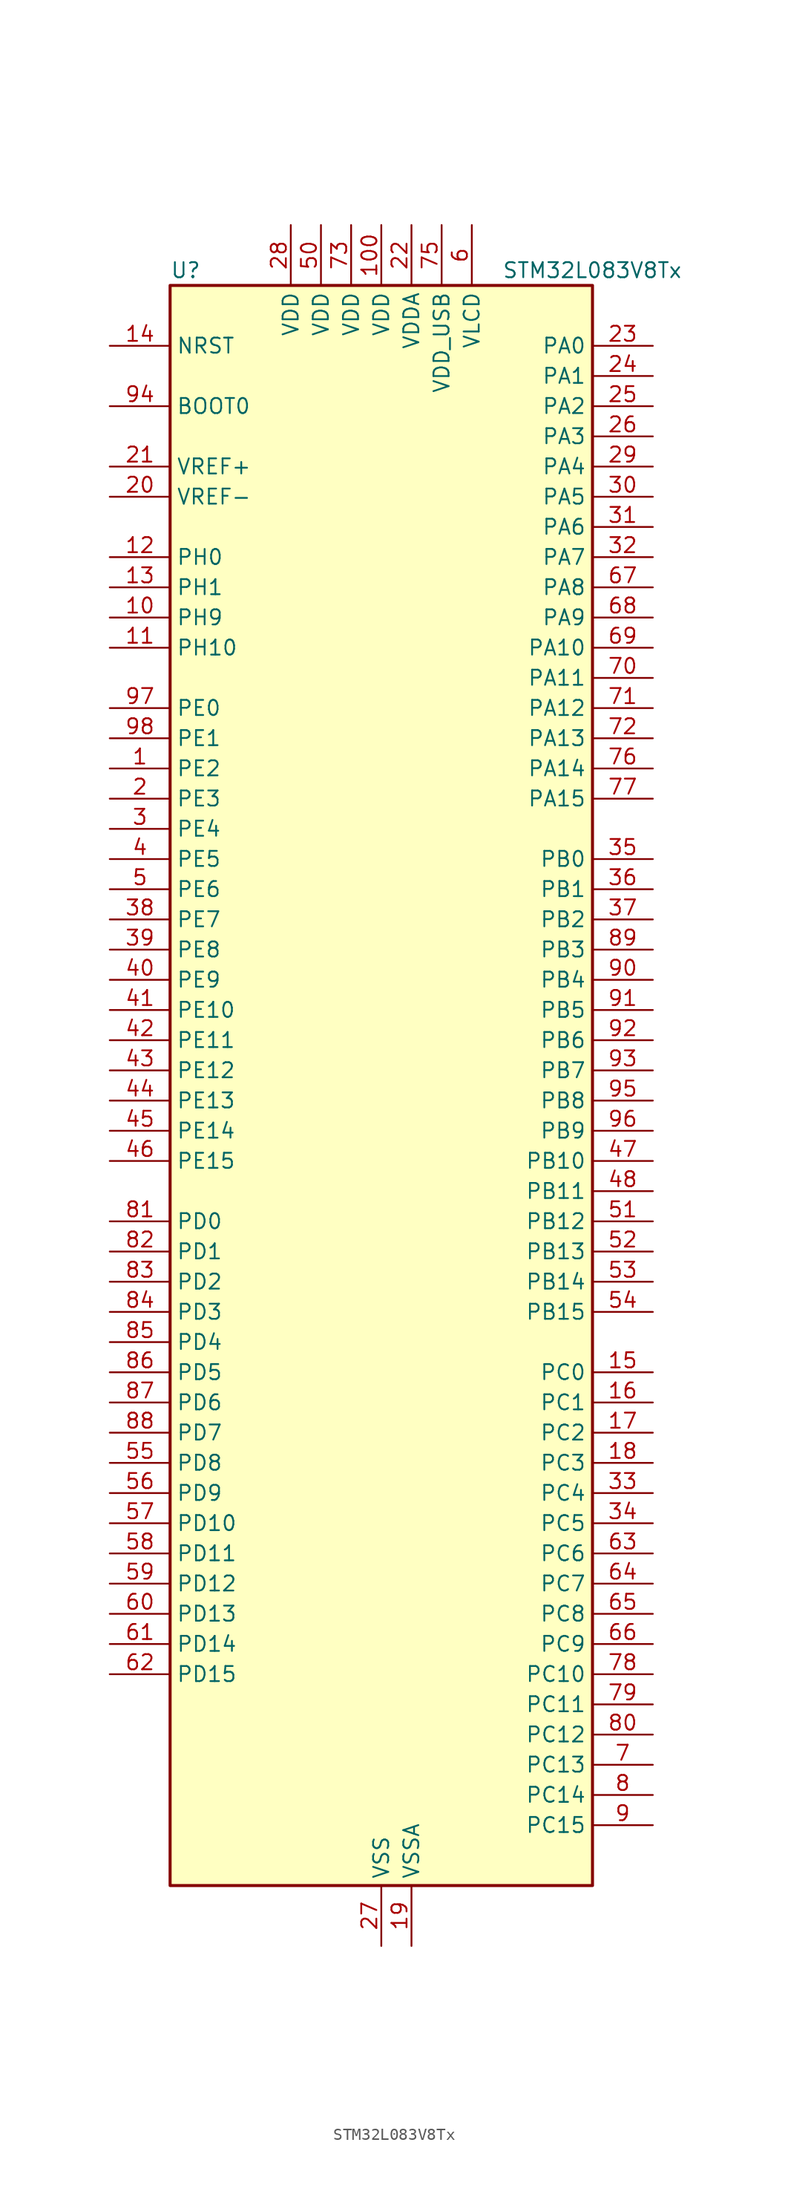
<source format=kicad_sym>
(kicad_symbol_lib
  (version 20241209)
  (generator "kicad_symbol_editor")
  (generator_version "9.0")
  (symbol "STM32L083V8Tx"
    (property "Reference" "U"
      (at -17.78 69.85 0)
      (effects (font (size 1.27 1.27)) (justify left)))
    (property "Value" "STM32L083V8Tx"
      (at 10.16 69.85 0)
      (effects (font (size 1.27 1.27)) (justify left)))
    (symbol "STM32L083V8Tx_0_1"
      (rectangle (start -17.78 -66.04) (end 17.78 68.58) (stroke (width 0.254) (type default)) (fill (type background))))
    (symbol "STM32L083V8Tx_1_1"
      (pin input line (at -22.86 63.5 0) (length 5.08) (name "NRST" (effects (font (size 1.27 1.27)))) (number "14" (effects (font (size 1.27 1.27)))))
      (pin input line (at -22.86 58.42 0) (length 5.08) (name "BOOT0" (effects (font (size 1.27 1.27)))) (number "94" (effects (font (size 1.27 1.27)))))
      (pin input line (at -22.86 53.34 0) (length 5.08) (name "VREF+" (effects (font (size 1.27 1.27)))) (number "21" (effects (font (size 1.27 1.27)))))
      (pin input line (at -22.86 50.8 0) (length 5.08) (name "VREF-" (effects (font (size 1.27 1.27)))) (number "20" (effects (font (size 1.27 1.27)))))
      (pin bidirectional line (at -22.86 45.72 0) (length 5.08) (name "PH0" (effects (font (size 1.27 1.27)))) (number "12" (effects (font (size 1.27 1.27)))) (alternate "CRS_SYNC" bidirectional line) (alternate "RCC_OSC_IN" bidirectional line))
      (pin bidirectional line (at -22.86 43.18 0) (length 5.08) (name "PH1" (effects (font (size 1.27 1.27)))) (number "13" (effects (font (size 1.27 1.27)))) (alternate "RCC_OSC_OUT" bidirectional line))
      (pin bidirectional line (at -22.86 40.64 0) (length 5.08) (name "PH9" (effects (font (size 1.27 1.27)))) (number "10" (effects (font (size 1.27 1.27)))) (alternate "DAC_EXTI9" bidirectional line))
      (pin bidirectional line (at -22.86 38.1 0) (length 5.08) (name "PH10" (effects (font (size 1.27 1.27)))) (number "11" (effects (font (size 1.27 1.27)))))
      (pin bidirectional line (at -22.86 33.02 0) (length 5.08) (name "PE0" (effects (font (size 1.27 1.27)))) (number "97" (effects (font (size 1.27 1.27)))) (alternate "LCD_SEG36" bidirectional line))
      (pin bidirectional line (at -22.86 30.48 0) (length 5.08) (name "PE1" (effects (font (size 1.27 1.27)))) (number "98" (effects (font (size 1.27 1.27)))) (alternate "LCD_SEG37" bidirectional line))
      (pin bidirectional line (at -22.86 27.94 0) (length 5.08) (name "PE2" (effects (font (size 1.27 1.27)))) (number "1" (effects (font (size 1.27 1.27)))) (alternate "LCD_SEG38" bidirectional line) (alternate "TIM3_ETR" bidirectional line))
      (pin bidirectional line (at -22.86 25.4 0) (length 5.08) (name "PE3" (effects (font (size 1.27 1.27)))) (number "2" (effects (font (size 1.27 1.27)))) (alternate "LCD_SEG39" bidirectional line) (alternate "TIM22_CH1" bidirectional line) (alternate "TIM3_CH1" bidirectional line))
      (pin bidirectional line (at -22.86 22.86 0) (length 5.08) (name "PE4" (effects (font (size 1.27 1.27)))) (number "3" (effects (font (size 1.27 1.27)))) (alternate "TIM22_CH2" bidirectional line) (alternate "TIM3_CH2" bidirectional line))
      (pin bidirectional line (at -22.86 20.32 0) (length 5.08) (name "PE5" (effects (font (size 1.27 1.27)))) (number "4" (effects (font (size 1.27 1.27)))) (alternate "TIM21_CH1" bidirectional line) (alternate "TIM3_CH3" bidirectional line))
      (pin bidirectional line (at -22.86 17.78 0) (length 5.08) (name "PE6" (effects (font (size 1.27 1.27)))) (number "5" (effects (font (size 1.27 1.27)))) (alternate "RTC_TAMP3" bidirectional line) (alternate "SYS_WKUP3" bidirectional line) (alternate "TIM21_CH2" bidirectional line) (alternate "TIM3_CH4" bidirectional line))
      (pin bidirectional line (at -22.86 15.24 0) (length 5.08) (name "PE7" (effects (font (size 1.27 1.27)))) (number "38" (effects (font (size 1.27 1.27)))) (alternate "LCD_SEG45" bidirectional line) (alternate "USART5_CK" bidirectional line) (alternate "USART5_DE" bidirectional line) (alternate "USART5_RTS" bidirectional line))
      (pin bidirectional line (at -22.86 12.7 0) (length 5.08) (name "PE8" (effects (font (size 1.27 1.27)))) (number "39" (effects (font (size 1.27 1.27)))) (alternate "LCD_SEG46" bidirectional line) (alternate "USART4_TX" bidirectional line))
      (pin bidirectional line (at -22.86 10.16 0) (length 5.08) (name "PE9" (effects (font (size 1.27 1.27)))) (number "40" (effects (font (size 1.27 1.27)))) (alternate "DAC_EXTI9" bidirectional line) (alternate "LCD_SEG47" bidirectional line) (alternate "TIM2_CH1" bidirectional line) (alternate "TIM2_ETR" bidirectional line) (alternate "USART4_RX" bidirectional line))
      (pin bidirectional line (at -22.86 7.62 0) (length 5.08) (name "PE10" (effects (font (size 1.27 1.27)))) (number "41" (effects (font (size 1.27 1.27)))) (alternate "LCD_SEG40" bidirectional line) (alternate "TIM2_CH2" bidirectional line) (alternate "USART5_TX" bidirectional line))
      (pin bidirectional line (at -22.86 5.08 0) (length 5.08) (name "PE11" (effects (font (size 1.27 1.27)))) (number "42" (effects (font (size 1.27 1.27)))) (alternate "ADC_EXTI11" bidirectional line) (alternate "LCD_VLCD1" bidirectional line) (alternate "TIM2_CH3" bidirectional line) (alternate "USART5_RX" bidirectional line))
      (pin bidirectional line (at -22.86 2.54 0) (length 5.08) (name "PE12" (effects (font (size 1.27 1.27)))) (number "43" (effects (font (size 1.27 1.27)))) (alternate "LCD_VLCD3" bidirectional line) (alternate "SPI1_NSS" bidirectional line) (alternate "TIM2_CH4" bidirectional line))
      (pin bidirectional line (at -22.86 0 0) (length 5.08) (name "PE13" (effects (font (size 1.27 1.27)))) (number "44" (effects (font (size 1.27 1.27)))) (alternate "LCD_SEG41" bidirectional line) (alternate "SPI1_SCK" bidirectional line))
      (pin bidirectional line (at -22.86 -2.54 0) (length 5.08) (name "PE14" (effects (font (size 1.27 1.27)))) (number "45" (effects (font (size 1.27 1.27)))) (alternate "LCD_SEG42" bidirectional line) (alternate "SPI1_MISO" bidirectional line))
      (pin bidirectional line (at -22.86 -5.08 0) (length 5.08) (name "PE15" (effects (font (size 1.27 1.27)))) (number "46" (effects (font (size 1.27 1.27)))) (alternate "LCD_SEG43" bidirectional line) (alternate "SPI1_MOSI" bidirectional line))
      (pin bidirectional line (at -22.86 -10.16 0) (length 5.08) (name "PD0" (effects (font (size 1.27 1.27)))) (number "81" (effects (font (size 1.27 1.27)))) (alternate "I2S2_WS" bidirectional line) (alternate "SPI2_NSS" bidirectional line) (alternate "TIM21_CH1" bidirectional line))
      (pin bidirectional line (at -22.86 -12.7 0) (length 5.08) (name "PD1" (effects (font (size 1.27 1.27)))) (number "82" (effects (font (size 1.27 1.27)))) (alternate "I2S2_CK" bidirectional line) (alternate "SPI2_SCK" bidirectional line))
      (pin bidirectional line (at -22.86 -15.24 0) (length 5.08) (name "PD2" (effects (font (size 1.27 1.27)))) (number "83" (effects (font (size 1.27 1.27)))) (alternate "LCD_COM7" bidirectional line) (alternate "LCD_SEG31" bidirectional line) (alternate "LCD_SEG51" bidirectional line) (alternate "LPUART1_DE" bidirectional line) (alternate "LPUART1_RTS" bidirectional line) (alternate "TIM3_ETR" bidirectional line) (alternate "USART5_RX" bidirectional line))
      (pin bidirectional line (at -22.86 -17.78 0) (length 5.08) (name "PD3" (effects (font (size 1.27 1.27)))) (number "84" (effects (font (size 1.27 1.27)))) (alternate "I2S2_MCK" bidirectional line) (alternate "LCD_SEG44" bidirectional line) (alternate "SPI2_MISO" bidirectional line) (alternate "USART2_CTS" bidirectional line))
      (pin bidirectional line (at -22.86 -20.32 0) (length 5.08) (name "PD4" (effects (font (size 1.27 1.27)))) (number "85" (effects (font (size 1.27 1.27)))) (alternate "I2S2_SD" bidirectional line) (alternate "SPI2_MOSI" bidirectional line) (alternate "USART2_DE" bidirectional line) (alternate "USART2_RTS" bidirectional line))
      (pin bidirectional line (at -22.86 -22.86 0) (length 5.08) (name "PD5" (effects (font (size 1.27 1.27)))) (number "86" (effects (font (size 1.27 1.27)))) (alternate "USART2_TX" bidirectional line))
      (pin bidirectional line (at -22.86 -25.4 0) (length 5.08) (name "PD6" (effects (font (size 1.27 1.27)))) (number "87" (effects (font (size 1.27 1.27)))) (alternate "USART2_RX" bidirectional line))
      (pin bidirectional line (at -22.86 -27.94 0) (length 5.08) (name "PD7" (effects (font (size 1.27 1.27)))) (number "88" (effects (font (size 1.27 1.27)))) (alternate "TIM21_CH2" bidirectional line) (alternate "USART2_CK" bidirectional line))
      (pin bidirectional line (at -22.86 -30.48 0) (length 5.08) (name "PD8" (effects (font (size 1.27 1.27)))) (number "55" (effects (font (size 1.27 1.27)))) (alternate "LCD_SEG28" bidirectional line) (alternate "LPUART1_TX" bidirectional line))
      (pin bidirectional line (at -22.86 -33.02 0) (length 5.08) (name "PD9" (effects (font (size 1.27 1.27)))) (number "56" (effects (font (size 1.27 1.27)))) (alternate "DAC_EXTI9" bidirectional line) (alternate "LCD_SEG29" bidirectional line) (alternate "LPUART1_RX" bidirectional line))
      (pin bidirectional line (at -22.86 -35.56 0) (length 5.08) (name "PD10" (effects (font (size 1.27 1.27)))) (number "57" (effects (font (size 1.27 1.27)))) (alternate "LCD_SEG30" bidirectional line))
      (pin bidirectional line (at -22.86 -38.1 0) (length 5.08) (name "PD11" (effects (font (size 1.27 1.27)))) (number "58" (effects (font (size 1.27 1.27)))) (alternate "ADC_EXTI11" bidirectional line) (alternate "LCD_SEG31" bidirectional line) (alternate "LPUART1_CTS" bidirectional line))
      (pin bidirectional line (at -22.86 -40.64 0) (length 5.08) (name "PD12" (effects (font (size 1.27 1.27)))) (number "59" (effects (font (size 1.27 1.27)))) (alternate "LCD_SEG32" bidirectional line) (alternate "LPUART1_DE" bidirectional line) (alternate "LPUART1_RTS" bidirectional line))
      (pin bidirectional line (at -22.86 -43.18 0) (length 5.08) (name "PD13" (effects (font (size 1.27 1.27)))) (number "60" (effects (font (size 1.27 1.27)))) (alternate "LCD_SEG33" bidirectional line))
      (pin bidirectional line (at -22.86 -45.72 0) (length 5.08) (name "PD14" (effects (font (size 1.27 1.27)))) (number "61" (effects (font (size 1.27 1.27)))) (alternate "LCD_SEG34" bidirectional line))
      (pin bidirectional line (at -22.86 -48.26 0) (length 5.08) (name "PD15" (effects (font (size 1.27 1.27)))) (number "62" (effects (font (size 1.27 1.27)))) (alternate "CRS_SYNC" bidirectional line) (alternate "LCD_SEG35" bidirectional line))
      (pin power_in line (at -7.62 73.66 270) (length 5.08) (name "VDD" (effects (font (size 1.27 1.27)))) (number "28" (effects (font (size 1.27 1.27)))))
      (pin power_in line (at -5.08 73.66 270) (length 5.08) (name "VDD" (effects (font (size 1.27 1.27)))) (number "50" (effects (font (size 1.27 1.27)))))
      (pin power_in line (at -2.54 73.66 270) (length 5.08) (name "VDD" (effects (font (size 1.27 1.27)))) (number "73" (effects (font (size 1.27 1.27)))))
      (pin power_in line (at 0 73.66 270) (length 5.08) (name "VDD" (effects (font (size 1.27 1.27)))) (number "100" (effects (font (size 1.27 1.27)))))
      (pin power_in line (at 0 -71.12 90) (length 5.08) (name "VSS" (effects (font (size 1.27 1.27)))) (number "27" (effects (font (size 1.27 1.27)))))
      (pin passive line (at 0 -71.12 90) (length 5.08) (hide yes) (name "VSS" (effects (font (size 1.27 1.27)))) (number "49" (effects (font (size 1.27 1.27)))))
      (pin passive line (at 0 -71.12 90) (length 5.08) (hide yes) (name "VSS" (effects (font (size 1.27 1.27)))) (number "74" (effects (font (size 1.27 1.27)))))
      (pin passive line (at 0 -71.12 90) (length 5.08) (hide yes) (name "VSS" (effects (font (size 1.27 1.27)))) (number "99" (effects (font (size 1.27 1.27)))))
      (pin power_in line (at 2.54 73.66 270) (length 5.08) (name "VDDA" (effects (font (size 1.27 1.27)))) (number "22" (effects (font (size 1.27 1.27)))))
      (pin power_in line (at 2.54 -71.12 90) (length 5.08) (name "VSSA" (effects (font (size 1.27 1.27)))) (number "19" (effects (font (size 1.27 1.27)))))
      (pin power_in line (at 5.08 73.66 270) (length 5.08) (name "VDD_USB" (effects (font (size 1.27 1.27)))) (number "75" (effects (font (size 1.27 1.27)))))
      (pin power_in line (at 7.62 73.66 270) (length 5.08) (name "VLCD" (effects (font (size 1.27 1.27)))) (number "6" (effects (font (size 1.27 1.27)))))
      (pin bidirectional line (at 22.86 63.5 180) (length 5.08) (name "PA0" (effects (font (size 1.27 1.27)))) (number "23" (effects (font (size 1.27 1.27)))) (alternate "ADC_IN0" bidirectional line) (alternate "COMP1_INM" bidirectional line) (alternate "COMP1_OUT" bidirectional line) (alternate "RTC_TAMP2" bidirectional line) (alternate "SYS_WKUP1" bidirectional line) (alternate "TIM2_CH1" bidirectional line) (alternate "TIM2_ETR" bidirectional line) (alternate "TSC_G1_IO1" bidirectional line) (alternate "USART2_CTS" bidirectional line) (alternate "USART4_TX" bidirectional line))
      (pin bidirectional line (at 22.86 60.96 180) (length 5.08) (name "PA1" (effects (font (size 1.27 1.27)))) (number "24" (effects (font (size 1.27 1.27)))) (alternate "ADC_IN1" bidirectional line) (alternate "COMP1_INP" bidirectional line) (alternate "LCD_SEG0" bidirectional line) (alternate "TIM21_ETR" bidirectional line) (alternate "TIM2_CH2" bidirectional line) (alternate "TSC_G1_IO2" bidirectional line) (alternate "USART2_DE" bidirectional line) (alternate "USART2_RTS" bidirectional line) (alternate "USART4_RX" bidirectional line))
      (pin bidirectional line (at 22.86 58.42 180) (length 5.08) (name "PA2" (effects (font (size 1.27 1.27)))) (number "25" (effects (font (size 1.27 1.27)))) (alternate "ADC_IN2" bidirectional line) (alternate "COMP2_INM" bidirectional line) (alternate "COMP2_OUT" bidirectional line) (alternate "LCD_SEG1" bidirectional line) (alternate "LPUART1_TX" bidirectional line) (alternate "TIM21_CH1" bidirectional line) (alternate "TIM2_CH3" bidirectional line) (alternate "TSC_G1_IO3" bidirectional line) (alternate "USART2_TX" bidirectional line))
      (pin bidirectional line (at 22.86 55.88 180) (length 5.08) (name "PA3" (effects (font (size 1.27 1.27)))) (number "26" (effects (font (size 1.27 1.27)))) (alternate "ADC_IN3" bidirectional line) (alternate "COMP2_INP" bidirectional line) (alternate "LCD_SEG2" bidirectional line) (alternate "LPUART1_RX" bidirectional line) (alternate "TIM21_CH2" bidirectional line) (alternate "TIM2_CH4" bidirectional line) (alternate "TSC_G1_IO4" bidirectional line) (alternate "USART2_RX" bidirectional line))
      (pin bidirectional line (at 22.86 53.34 180) (length 5.08) (name "PA4" (effects (font (size 1.27 1.27)))) (number "29" (effects (font (size 1.27 1.27)))) (alternate "ADC_IN4" bidirectional line) (alternate "COMP1_INM" bidirectional line) (alternate "COMP2_INM" bidirectional line) (alternate "DAC_OUT1" bidirectional line) (alternate "SPI1_NSS" bidirectional line) (alternate "TIM22_ETR" bidirectional line) (alternate "TSC_G2_IO1" bidirectional line) (alternate "USART2_CK" bidirectional line))
      (pin bidirectional line (at 22.86 50.8 180) (length 5.08) (name "PA5" (effects (font (size 1.27 1.27)))) (number "30" (effects (font (size 1.27 1.27)))) (alternate "ADC_IN5" bidirectional line) (alternate "COMP1_INM" bidirectional line) (alternate "COMP2_INM" bidirectional line) (alternate "DAC_OUT2" bidirectional line) (alternate "SPI1_SCK" bidirectional line) (alternate "TIM2_CH1" bidirectional line) (alternate "TIM2_ETR" bidirectional line) (alternate "TSC_G2_IO2" bidirectional line))
      (pin bidirectional line (at 22.86 48.26 180) (length 5.08) (name "PA6" (effects (font (size 1.27 1.27)))) (number "31" (effects (font (size 1.27 1.27)))) (alternate "ADC_IN6" bidirectional line) (alternate "COMP1_OUT" bidirectional line) (alternate "LCD_SEG3" bidirectional line) (alternate "LPUART1_CTS" bidirectional line) (alternate "SPI1_MISO" bidirectional line) (alternate "TIM22_CH1" bidirectional line) (alternate "TIM3_CH1" bidirectional line) (alternate "TSC_G2_IO3" bidirectional line))
      (pin bidirectional line (at 22.86 45.72 180) (length 5.08) (name "PA7" (effects (font (size 1.27 1.27)))) (number "32" (effects (font (size 1.27 1.27)))) (alternate "ADC_IN7" bidirectional line) (alternate "COMP2_OUT" bidirectional line) (alternate "LCD_SEG4" bidirectional line) (alternate "SPI1_MOSI" bidirectional line) (alternate "TIM22_CH2" bidirectional line) (alternate "TIM3_CH2" bidirectional line) (alternate "TSC_G2_IO4" bidirectional line))
      (pin bidirectional line (at 22.86 43.18 180) (length 5.08) (name "PA8" (effects (font (size 1.27 1.27)))) (number "67" (effects (font (size 1.27 1.27)))) (alternate "CRS_SYNC" bidirectional line) (alternate "I2C3_SCL" bidirectional line) (alternate "LCD_COM0" bidirectional line) (alternate "RCC_MCO" bidirectional line) (alternate "USART1_CK" bidirectional line))
      (pin bidirectional line (at 22.86 40.64 180) (length 5.08) (name "PA9" (effects (font (size 1.27 1.27)))) (number "68" (effects (font (size 1.27 1.27)))) (alternate "DAC_EXTI9" bidirectional line) (alternate "I2C1_SCL" bidirectional line) (alternate "I2C3_SMBA" bidirectional line) (alternate "LCD_COM1" bidirectional line) (alternate "RCC_MCO" bidirectional line) (alternate "TSC_G4_IO1" bidirectional line) (alternate "USART1_TX" bidirectional line))
      (pin bidirectional line (at 22.86 38.1 180) (length 5.08) (name "PA10" (effects (font (size 1.27 1.27)))) (number "69" (effects (font (size 1.27 1.27)))) (alternate "I2C1_SDA" bidirectional line) (alternate "LCD_COM2" bidirectional line) (alternate "TSC_G4_IO2" bidirectional line) (alternate "USART1_RX" bidirectional line))
      (pin bidirectional line (at 22.86 35.56 180) (length 5.08) (name "PA11" (effects (font (size 1.27 1.27)))) (number "70" (effects (font (size 1.27 1.27)))) (alternate "ADC_EXTI11" bidirectional line) (alternate "COMP1_OUT" bidirectional line) (alternate "SPI1_MISO" bidirectional line) (alternate "TSC_G4_IO3" bidirectional line) (alternate "USART1_CTS" bidirectional line) (alternate "USB_DM" bidirectional line))
      (pin bidirectional line (at 22.86 33.02 180) (length 5.08) (name "PA12" (effects (font (size 1.27 1.27)))) (number "71" (effects (font (size 1.27 1.27)))) (alternate "COMP2_OUT" bidirectional line) (alternate "SPI1_MOSI" bidirectional line) (alternate "TSC_G4_IO4" bidirectional line) (alternate "USART1_DE" bidirectional line) (alternate "USART1_RTS" bidirectional line) (alternate "USB_DP" bidirectional line))
      (pin bidirectional line (at 22.86 30.48 180) (length 5.08) (name "PA13" (effects (font (size 1.27 1.27)))) (number "72" (effects (font (size 1.27 1.27)))) (alternate "LPUART1_RX" bidirectional line) (alternate "SYS_SWDIO" bidirectional line) (alternate "USB_NOE" bidirectional line))
      (pin bidirectional line (at 22.86 27.94 180) (length 5.08) (name "PA14" (effects (font (size 1.27 1.27)))) (number "76" (effects (font (size 1.27 1.27)))) (alternate "LPUART1_TX" bidirectional line) (alternate "SYS_SWCLK" bidirectional line) (alternate "USART2_TX" bidirectional line))
      (pin bidirectional line (at 22.86 25.4 180) (length 5.08) (name "PA15" (effects (font (size 1.27 1.27)))) (number "77" (effects (font (size 1.27 1.27)))) (alternate "LCD_SEG17" bidirectional line) (alternate "SPI1_NSS" bidirectional line) (alternate "TIM2_CH1" bidirectional line) (alternate "TIM2_ETR" bidirectional line) (alternate "USART2_RX" bidirectional line) (alternate "USART4_DE" bidirectional line) (alternate "USART4_RTS" bidirectional line))
      (pin bidirectional line (at 22.86 20.32 180) (length 5.08) (name "PB0" (effects (font (size 1.27 1.27)))) (number "35" (effects (font (size 1.27 1.27)))) (alternate "ADC_IN8" bidirectional line) (alternate "LCD_SEG5" bidirectional line) (alternate "LCD_VLCD3" bidirectional line) (alternate "SYS_VREF_OUT_PB0" bidirectional line) (alternate "TIM3_CH3" bidirectional line) (alternate "TSC_G3_IO2" bidirectional line))
      (pin bidirectional line (at 22.86 17.78 180) (length 5.08) (name "PB1" (effects (font (size 1.27 1.27)))) (number "36" (effects (font (size 1.27 1.27)))) (alternate "ADC_IN9" bidirectional line) (alternate "LCD_SEG6" bidirectional line) (alternate "LPUART1_DE" bidirectional line) (alternate "LPUART1_RTS" bidirectional line) (alternate "SYS_VREF_OUT_PB1" bidirectional line) (alternate "TIM3_CH4" bidirectional line) (alternate "TSC_G3_IO3" bidirectional line))
      (pin bidirectional line (at 22.86 15.24 180) (length 5.08) (name "PB2" (effects (font (size 1.27 1.27)))) (number "37" (effects (font (size 1.27 1.27)))) (alternate "I2C3_SMBA" bidirectional line) (alternate "LCD_VLCD2" bidirectional line) (alternate "LPTIM1_OUT" bidirectional line) (alternate "TSC_G3_IO4" bidirectional line))
      (pin bidirectional line (at 22.86 12.7 180) (length 5.08) (name "PB3" (effects (font (size 1.27 1.27)))) (number "89" (effects (font (size 1.27 1.27)))) (alternate "COMP2_INM" bidirectional line) (alternate "LCD_SEG7" bidirectional line) (alternate "SPI1_SCK" bidirectional line) (alternate "TIM2_CH2" bidirectional line) (alternate "TSC_G5_IO1" bidirectional line) (alternate "USART1_DE" bidirectional line) (alternate "USART1_RTS" bidirectional line) (alternate "USART5_TX" bidirectional line))
      (pin bidirectional line (at 22.86 10.16 180) (length 5.08) (name "PB4" (effects (font (size 1.27 1.27)))) (number "90" (effects (font (size 1.27 1.27)))) (alternate "COMP2_INP" bidirectional line) (alternate "I2C3_SDA" bidirectional line) (alternate "LCD_SEG8" bidirectional line) (alternate "SPI1_MISO" bidirectional line) (alternate "TIM22_CH1" bidirectional line) (alternate "TIM3_CH1" bidirectional line) (alternate "TSC_G5_IO2" bidirectional line) (alternate "USART1_CTS" bidirectional line) (alternate "USART5_RX" bidirectional line))
      (pin bidirectional line (at 22.86 7.62 180) (length 5.08) (name "PB5" (effects (font (size 1.27 1.27)))) (number "91" (effects (font (size 1.27 1.27)))) (alternate "COMP2_INP" bidirectional line) (alternate "I2C1_SMBA" bidirectional line) (alternate "LCD_SEG9" bidirectional line) (alternate "LPTIM1_IN1" bidirectional line) (alternate "SPI1_MOSI" bidirectional line) (alternate "TIM22_CH2" bidirectional line) (alternate "TIM3_CH2" bidirectional line) (alternate "USART1_CK" bidirectional line) (alternate "USART5_CK" bidirectional line) (alternate "USART5_DE" bidirectional line) (alternate "USART5_RTS" bidirectional line))
      (pin bidirectional line (at 22.86 5.08 180) (length 5.08) (name "PB6" (effects (font (size 1.27 1.27)))) (number "92" (effects (font (size 1.27 1.27)))) (alternate "COMP2_INP" bidirectional line) (alternate "I2C1_SCL" bidirectional line) (alternate "LPTIM1_ETR" bidirectional line) (alternate "TSC_G5_IO3" bidirectional line) (alternate "USART1_TX" bidirectional line))
      (pin bidirectional line (at 22.86 2.54 180) (length 5.08) (name "PB7" (effects (font (size 1.27 1.27)))) (number "93" (effects (font (size 1.27 1.27)))) (alternate "COMP2_INP" bidirectional line) (alternate "I2C1_SDA" bidirectional line) (alternate "LPTIM1_IN2" bidirectional line) (alternate "SYS_PVD_IN" bidirectional line) (alternate "TSC_G5_IO4" bidirectional line) (alternate "USART1_RX" bidirectional line) (alternate "USART4_CTS" bidirectional line))
      (pin bidirectional line (at 22.86 0 180) (length 5.08) (name "PB8" (effects (font (size 1.27 1.27)))) (number "95" (effects (font (size 1.27 1.27)))) (alternate "I2C1_SCL" bidirectional line) (alternate "LCD_SEG16" bidirectional line) (alternate "TSC_SYNC" bidirectional line))
      (pin bidirectional line (at 22.86 -2.54 180) (length 5.08) (name "PB9" (effects (font (size 1.27 1.27)))) (number "96" (effects (font (size 1.27 1.27)))) (alternate "DAC_EXTI9" bidirectional line) (alternate "I2C1_SDA" bidirectional line) (alternate "I2S2_WS" bidirectional line) (alternate "LCD_COM3" bidirectional line) (alternate "SPI2_NSS" bidirectional line))
      (pin bidirectional line (at 22.86 -5.08 180) (length 5.08) (name "PB10" (effects (font (size 1.27 1.27)))) (number "47" (effects (font (size 1.27 1.27)))) (alternate "I2C2_SCL" bidirectional line) (alternate "LCD_SEG10" bidirectional line) (alternate "LPUART1_RX" bidirectional line) (alternate "LPUART1_TX" bidirectional line) (alternate "SPI2_SCK" bidirectional line) (alternate "TIM2_CH3" bidirectional line) (alternate "TSC_SYNC" bidirectional line))
      (pin bidirectional line (at 22.86 -7.62 180) (length 5.08) (name "PB11" (effects (font (size 1.27 1.27)))) (number "48" (effects (font (size 1.27 1.27)))) (alternate "ADC_EXTI11" bidirectional line) (alternate "I2C2_SDA" bidirectional line) (alternate "LCD_SEG11" bidirectional line) (alternate "LPUART1_RX" bidirectional line) (alternate "LPUART1_TX" bidirectional line) (alternate "TIM2_CH4" bidirectional line) (alternate "TSC_G6_IO1" bidirectional line))
      (pin bidirectional line (at 22.86 -10.16 180) (length 5.08) (name "PB12" (effects (font (size 1.27 1.27)))) (number "51" (effects (font (size 1.27 1.27)))) (alternate "I2S2_WS" bidirectional line) (alternate "LCD_SEG12" bidirectional line) (alternate "LCD_VLCD2" bidirectional line) (alternate "LPUART1_DE" bidirectional line) (alternate "LPUART1_RTS" bidirectional line) (alternate "SPI2_NSS" bidirectional line) (alternate "TSC_G6_IO2" bidirectional line))
      (pin bidirectional line (at 22.86 -12.7 180) (length 5.08) (name "PB13" (effects (font (size 1.27 1.27)))) (number "52" (effects (font (size 1.27 1.27)))) (alternate "I2C2_SCL" bidirectional line) (alternate "I2S2_CK" bidirectional line) (alternate "LCD_SEG13" bidirectional line) (alternate "LPUART1_CTS" bidirectional line) (alternate "RCC_MCO" bidirectional line) (alternate "SPI2_SCK" bidirectional line) (alternate "TIM21_CH1" bidirectional line) (alternate "TSC_G6_IO3" bidirectional line))
      (pin bidirectional line (at 22.86 -15.24 180) (length 5.08) (name "PB14" (effects (font (size 1.27 1.27)))) (number "53" (effects (font (size 1.27 1.27)))) (alternate "I2C2_SDA" bidirectional line) (alternate "I2S2_MCK" bidirectional line) (alternate "LCD_SEG14" bidirectional line) (alternate "LPUART1_DE" bidirectional line) (alternate "LPUART1_RTS" bidirectional line) (alternate "RTC_OUT_ALARM" bidirectional line) (alternate "RTC_OUT_CALIB" bidirectional line) (alternate "SPI2_MISO" bidirectional line) (alternate "TIM21_CH2" bidirectional line) (alternate "TSC_G6_IO4" bidirectional line))
      (pin bidirectional line (at 22.86 -17.78 180) (length 5.08) (name "PB15" (effects (font (size 1.27 1.27)))) (number "54" (effects (font (size 1.27 1.27)))) (alternate "I2S2_SD" bidirectional line) (alternate "LCD_SEG15" bidirectional line) (alternate "RTC_REFIN" bidirectional line) (alternate "SPI2_MOSI" bidirectional line))
      (pin bidirectional line (at 22.86 -22.86 180) (length 5.08) (name "PC0" (effects (font (size 1.27 1.27)))) (number "15" (effects (font (size 1.27 1.27)))) (alternate "ADC_IN10" bidirectional line) (alternate "I2C3_SCL" bidirectional line) (alternate "LCD_SEG18" bidirectional line) (alternate "LPTIM1_IN1" bidirectional line) (alternate "LPUART1_RX" bidirectional line) (alternate "TSC_G7_IO1" bidirectional line))
      (pin bidirectional line (at 22.86 -25.4 180) (length 5.08) (name "PC1" (effects (font (size 1.27 1.27)))) (number "16" (effects (font (size 1.27 1.27)))) (alternate "ADC_IN11" bidirectional line) (alternate "I2C3_SDA" bidirectional line) (alternate "LCD_SEG19" bidirectional line) (alternate "LPTIM1_OUT" bidirectional line) (alternate "LPUART1_TX" bidirectional line) (alternate "TSC_G7_IO2" bidirectional line))
      (pin bidirectional line (at 22.86 -27.94 180) (length 5.08) (name "PC2" (effects (font (size 1.27 1.27)))) (number "17" (effects (font (size 1.27 1.27)))) (alternate "ADC_IN12" bidirectional line) (alternate "I2S2_MCK" bidirectional line) (alternate "LCD_SEG20" bidirectional line) (alternate "LPTIM1_IN2" bidirectional line) (alternate "SPI2_MISO" bidirectional line) (alternate "TSC_G7_IO3" bidirectional line))
      (pin bidirectional line (at 22.86 -30.48 180) (length 5.08) (name "PC3" (effects (font (size 1.27 1.27)))) (number "18" (effects (font (size 1.27 1.27)))) (alternate "ADC_IN13" bidirectional line) (alternate "I2S2_SD" bidirectional line) (alternate "LCD_SEG21" bidirectional line) (alternate "LPTIM1_ETR" bidirectional line) (alternate "SPI2_MOSI" bidirectional line) (alternate "TSC_G7_IO4" bidirectional line))
      (pin bidirectional line (at 22.86 -33.02 180) (length 5.08) (name "PC4" (effects (font (size 1.27 1.27)))) (number "33" (effects (font (size 1.27 1.27)))) (alternate "ADC_IN14" bidirectional line) (alternate "LCD_SEG22" bidirectional line) (alternate "LPUART1_TX" bidirectional line))
      (pin bidirectional line (at 22.86 -35.56 180) (length 5.08) (name "PC5" (effects (font (size 1.27 1.27)))) (number "34" (effects (font (size 1.27 1.27)))) (alternate "ADC_IN15" bidirectional line) (alternate "LCD_SEG23" bidirectional line) (alternate "LPUART1_RX" bidirectional line) (alternate "TSC_G3_IO1" bidirectional line))
      (pin bidirectional line (at 22.86 -38.1 180) (length 5.08) (name "PC6" (effects (font (size 1.27 1.27)))) (number "63" (effects (font (size 1.27 1.27)))) (alternate "LCD_SEG24" bidirectional line) (alternate "TIM22_CH1" bidirectional line) (alternate "TIM3_CH1" bidirectional line) (alternate "TSC_G8_IO1" bidirectional line))
      (pin bidirectional line (at 22.86 -40.64 180) (length 5.08) (name "PC7" (effects (font (size 1.27 1.27)))) (number "64" (effects (font (size 1.27 1.27)))) (alternate "LCD_SEG25" bidirectional line) (alternate "TIM22_CH2" bidirectional line) (alternate "TIM3_CH2" bidirectional line) (alternate "TSC_G8_IO2" bidirectional line))
      (pin bidirectional line (at 22.86 -43.18 180) (length 5.08) (name "PC8" (effects (font (size 1.27 1.27)))) (number "65" (effects (font (size 1.27 1.27)))) (alternate "LCD_SEG26" bidirectional line) (alternate "TIM22_ETR" bidirectional line) (alternate "TIM3_CH3" bidirectional line) (alternate "TSC_G8_IO3" bidirectional line))
      (pin bidirectional line (at 22.86 -45.72 180) (length 5.08) (name "PC9" (effects (font (size 1.27 1.27)))) (number "66" (effects (font (size 1.27 1.27)))) (alternate "DAC_EXTI9" bidirectional line) (alternate "I2C3_SDA" bidirectional line) (alternate "LCD_SEG27" bidirectional line) (alternate "TIM21_ETR" bidirectional line) (alternate "TIM3_CH4" bidirectional line) (alternate "TSC_G8_IO4" bidirectional line) (alternate "USB_NOE" bidirectional line))
      (pin bidirectional line (at 22.86 -48.26 180) (length 5.08) (name "PC10" (effects (font (size 1.27 1.27)))) (number "78" (effects (font (size 1.27 1.27)))) (alternate "LCD_COM4" bidirectional line) (alternate "LCD_SEG28" bidirectional line) (alternate "LCD_SEG48" bidirectional line) (alternate "LPUART1_TX" bidirectional line) (alternate "USART4_TX" bidirectional line))
      (pin bidirectional line (at 22.86 -50.8 180) (length 5.08) (name "PC11" (effects (font (size 1.27 1.27)))) (number "79" (effects (font (size 1.27 1.27)))) (alternate "ADC_EXTI11" bidirectional line) (alternate "LCD_COM5" bidirectional line) (alternate "LCD_SEG29" bidirectional line) (alternate "LCD_SEG49" bidirectional line) (alternate "LPUART1_RX" bidirectional line) (alternate "USART4_RX" bidirectional line))
      (pin bidirectional line (at 22.86 -53.34 180) (length 5.08) (name "PC12" (effects (font (size 1.27 1.27)))) (number "80" (effects (font (size 1.27 1.27)))) (alternate "LCD_COM6" bidirectional line) (alternate "LCD_SEG30" bidirectional line) (alternate "LCD_SEG50" bidirectional line) (alternate "USART4_CK" bidirectional line) (alternate "USART5_TX" bidirectional line))
      (pin bidirectional line (at 22.86 -55.88 180) (length 5.08) (name "PC13" (effects (font (size 1.27 1.27)))) (number "7" (effects (font (size 1.27 1.27)))) (alternate "RTC_OUT_ALARM" bidirectional line) (alternate "RTC_OUT_CALIB" bidirectional line) (alternate "RTC_TAMP1" bidirectional line) (alternate "RTC_TS" bidirectional line) (alternate "SYS_WKUP2" bidirectional line))
      (pin bidirectional line (at 22.86 -58.42 180) (length 5.08) (name "PC14" (effects (font (size 1.27 1.27)))) (number "8" (effects (font (size 1.27 1.27)))) (alternate "RCC_OSC32_IN" bidirectional line))
      (pin bidirectional line (at 22.86 -60.96 180) (length 5.08) (name "PC15" (effects (font (size 1.27 1.27)))) (number "9" (effects (font (size 1.27 1.27)))) (alternate "RCC_OSC32_OUT" bidirectional line)))))
</source>
